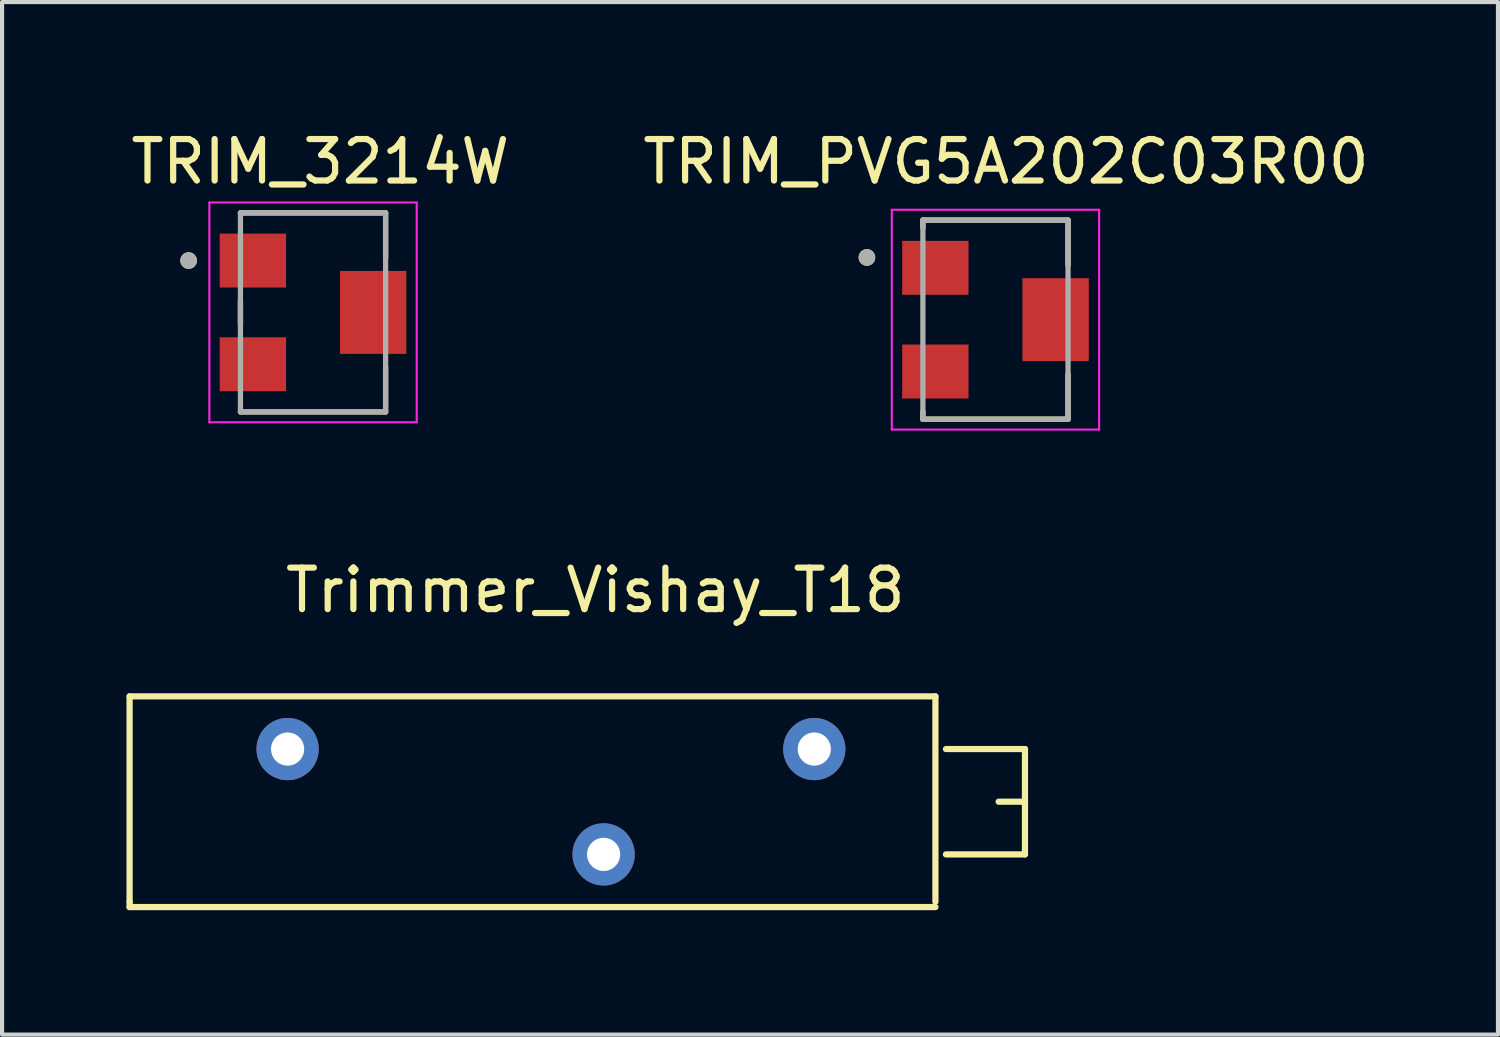
<source format=kicad_pcb>
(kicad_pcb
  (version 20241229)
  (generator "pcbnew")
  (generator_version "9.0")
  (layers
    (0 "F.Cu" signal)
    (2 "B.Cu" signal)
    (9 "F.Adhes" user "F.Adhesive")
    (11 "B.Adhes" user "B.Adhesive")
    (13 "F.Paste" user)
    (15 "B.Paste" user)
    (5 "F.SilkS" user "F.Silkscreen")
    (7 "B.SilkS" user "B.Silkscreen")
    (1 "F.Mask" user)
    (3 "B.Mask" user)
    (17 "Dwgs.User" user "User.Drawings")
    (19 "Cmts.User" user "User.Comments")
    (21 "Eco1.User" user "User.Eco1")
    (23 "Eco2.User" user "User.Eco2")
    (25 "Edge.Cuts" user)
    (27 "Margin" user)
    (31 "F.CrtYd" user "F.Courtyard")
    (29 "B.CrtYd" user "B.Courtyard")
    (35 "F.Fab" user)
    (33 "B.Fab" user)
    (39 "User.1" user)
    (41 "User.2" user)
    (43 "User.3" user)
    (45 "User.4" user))
  (footprint "TRIM_PVG5A202C03R00"
    (layer "F.Cu")
    (at 20.954 4.658)
    (property "Reference" "TRIM_PVG5A202C03R00" (at 0.254 -3.81 0) (layer "F.SilkS") (effects (font (size 1 1) (thickness 0.15))))
    (attr through_hole)
    (fp_line (start -1.75 -2.4) (end -1.75 -2.215) (stroke (width 0.127) (type solid)) (layer "F.SilkS"))
    (fp_line (start -1.75 2.215) (end -1.75 2.4) (stroke (width 0.127) (type solid)) (layer "F.SilkS"))
    (fp_line (start -1.75 2.4) (end 1.75 2.4) (stroke (width 0.127) (type solid)) (layer "F.SilkS"))
    (fp_line (start 1.75 -2.4) (end -1.75 -2.4) (stroke (width 0.127) (type solid)) (layer "F.SilkS"))
    (fp_line (start 1.75 -1.315) (end 1.75 -2.4) (stroke (width 0.127) (type solid)) (layer "F.SilkS"))
    (fp_line (start 1.75 2.4) (end 1.75 1.315) (stroke (width 0.127) (type solid)) (layer "F.SilkS"))
    (fp_circle (center -3.1 -1.5) (end -3 -1.5) (stroke (width 0.2) (type solid)) (fill no) (layer "F.SilkS"))
    (fp_line (start -2.5 -2.65) (end 2.5 -2.65) (stroke (width 0.05) (type solid)) (layer "F.CrtYd"))
    (fp_line (start -2.5 2.65) (end -2.5 -2.65) (stroke (width 0.05) (type solid)) (layer "F.CrtYd"))
    (fp_line (start 2.5 -2.65) (end 2.5 2.65) (stroke (width 0.05) (type solid)) (layer "F.CrtYd"))
    (fp_line (start 2.5 2.65) (end -2.5 2.65) (stroke (width 0.05) (type solid)) (layer "F.CrtYd"))
    (fp_line (start -1.75 -2.4) (end 1.75 -2.4) (stroke (width 0.127) (type solid)) (layer "F.Fab"))
    (fp_line (start -1.75 2.4) (end -1.75 -2.4) (stroke (width 0.127) (type solid)) (layer "F.Fab"))
    (fp_line (start 1.75 -2.4) (end 1.75 2.4) (stroke (width 0.127) (type solid)) (layer "F.Fab"))
    (fp_line (start 1.75 2.4) (end -1.75 2.4) (stroke (width 0.127) (type solid)) (layer "F.Fab"))
    (fp_circle (center -3.1 -1.5) (end -3 -1.5) (stroke (width 0.2) (type solid)) (fill no) (layer "F.Fab"))
    (pad "1" smd rect (at -1.45 -1.25) (size 1.6 1.3) (layers "F.Cu" "F.Mask" "F.Paste"))
    (pad "2" smd rect (at 1.45 0) (size 1.6 2) (layers "F.Cu" "F.Mask" "F.Paste"))
    (pad "3" smd rect (at -1.45 1.25) (size 1.6 1.3) (layers "F.Cu" "F.Mask" "F.Paste")))
  (footprint "Trimmer_Vishay_T18"
    (layer "F.Cu")
    (at 3.885 15.012)
    (property "Reference" "Trimmer_Vishay_T18" (at 7.419 -3.83 0) (layer "F.SilkS") (effects (font (size 1 1) (thickness 0.15))))
    (attr through_hole)
    (fp_line (start -3.81 -1.27) (end -3.81 3.683) (stroke (width 0.15) (type solid)) (layer "F.SilkS"))
    (fp_line (start -3.81 3.683) (end -3.81 3.81) (stroke (width 0.15) (type solid)) (layer "F.SilkS"))
    (fp_line (start -3.81 3.81) (end 15.621 3.81) (stroke (width 0.15) (type solid)) (layer "F.SilkS"))
    (fp_line (start 15.621 -1.27) (end -3.81 -1.27) (stroke (width 0.15) (type solid)) (layer "F.SilkS"))
    (fp_line (start 15.621 3.683) (end 15.621 -1.27) (stroke (width 0.15) (type solid)) (layer "F.SilkS"))
    (fp_line (start 15.875 0) (end 17.78 0) (stroke (width 0.15) (type solid)) (layer "F.SilkS"))
    (fp_line (start 17.145 1.27) (end 17.78 1.27) (stroke (width 0.15) (type solid)) (layer "F.SilkS"))
    (fp_line (start 17.78 0) (end 17.78 2.54) (stroke (width 0.15) (type solid)) (layer "F.SilkS"))
    (fp_line (start 17.78 2.54) (end 15.875 2.54) (stroke (width 0.15) (type solid)) (layer "F.SilkS"))
    (pad "1" thru_hole circle (at 0 0) (size 1.501 1.501) (drill 0.8) (layers "*.Cu" "*.Mask"))
    (pad "2" thru_hole circle (at 7.62 2.54) (size 1.501 1.501) (drill 0.8) (layers "*.Cu" "*.Mask"))
    (pad "3" thru_hole circle (at 12.7 0) (size 1.501 1.501) (drill 0.8) (layers "*.Cu" "*.Mask")))
  (footprint "TRIM_3214W"
    (layer "F.Cu")
    (at 4.498 4.483)
    (property "Reference" "TRIM_3214W" (at 0.175 -3.635 0) (layer "F.SilkS") (effects (font (size 1 1) (thickness 0.15))))
    (attr through_hole)
    (fp_line (start -1.75 -2.4) (end 1.75 -2.4) (stroke (width 0.127) (type solid)) (layer "F.SilkS"))
    (fp_line (start -1.75 0.286) (end -1.75 -0.286) (stroke (width 0.127) (type solid)) (layer "F.SilkS"))
    (fp_line (start 1.75 -2.4) (end 1.75 -1.313) (stroke (width 0.127) (type solid)) (layer "F.SilkS"))
    (fp_line (start 1.75 1.313) (end 1.75 2.4) (stroke (width 0.127) (type solid)) (layer "F.SilkS"))
    (fp_line (start 1.75 2.4) (end -1.75 2.4) (stroke (width 0.127) (type solid)) (layer "F.SilkS"))
    (fp_circle (center -3 -1.25) (end -2.9 -1.25) (stroke (width 0.2) (type solid)) (fill no) (layer "F.SilkS"))
    (fp_line (start -2.5 -2.65) (end 2.5 -2.65) (stroke (width 0.05) (type solid)) (layer "F.CrtYd"))
    (fp_line (start -2.5 2.65) (end -2.5 -2.65) (stroke (width 0.05) (type solid)) (layer "F.CrtYd"))
    (fp_line (start 2.5 -2.65) (end 2.5 2.65) (stroke (width 0.05) (type solid)) (layer "F.CrtYd"))
    (fp_line (start 2.5 2.65) (end -2.5 2.65) (stroke (width 0.05) (type solid)) (layer "F.CrtYd"))
    (fp_line (start -1.75 -2.4) (end 1.75 -2.4) (stroke (width 0.127) (type solid)) (layer "F.Fab"))
    (fp_line (start -1.75 2.4) (end -1.75 -2.4) (stroke (width 0.127) (type solid)) (layer "F.Fab"))
    (fp_line (start 1.75 -2.4) (end 1.75 2.4) (stroke (width 0.127) (type solid)) (layer "F.Fab"))
    (fp_line (start 1.75 2.4) (end -1.75 2.4) (stroke (width 0.127) (type solid)) (layer "F.Fab"))
    (fp_circle (center -3 -1.25) (end -2.9 -1.25) (stroke (width 0.2) (type solid)) (fill no) (layer "F.Fab"))
    (pad "1" smd rect (at -1.45 -1.25) (size 1.6 1.3) (layers "F.Cu" "F.Mask" "F.Paste"))
    (pad "2" smd rect (at 1.45 0) (size 1.6 2) (layers "F.Cu" "F.Mask" "F.Paste"))
    (pad "3" smd rect (at -1.45 1.25) (size 1.6 1.3) (layers "F.Cu" "F.Mask" "F.Paste")))
  (gr_rect
    (start -3 -3)
    (end 33.071 21.897)
    (stroke (width 0.1) (type default))
    (fill no)
    (layer "Edge.Cuts")))
</source>
